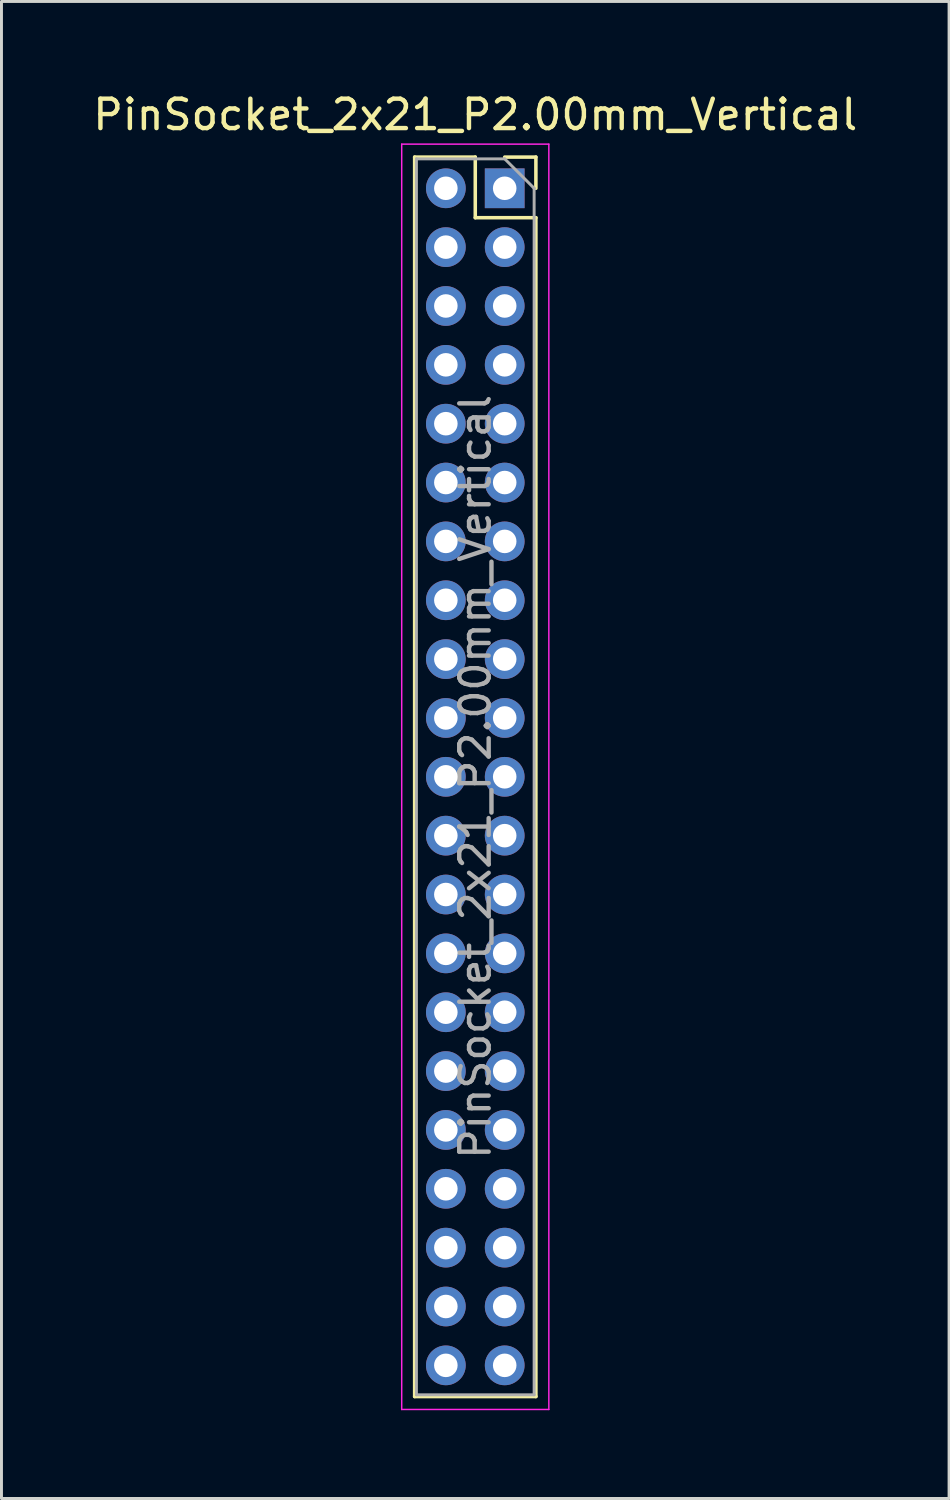
<source format=kicad_pcb>
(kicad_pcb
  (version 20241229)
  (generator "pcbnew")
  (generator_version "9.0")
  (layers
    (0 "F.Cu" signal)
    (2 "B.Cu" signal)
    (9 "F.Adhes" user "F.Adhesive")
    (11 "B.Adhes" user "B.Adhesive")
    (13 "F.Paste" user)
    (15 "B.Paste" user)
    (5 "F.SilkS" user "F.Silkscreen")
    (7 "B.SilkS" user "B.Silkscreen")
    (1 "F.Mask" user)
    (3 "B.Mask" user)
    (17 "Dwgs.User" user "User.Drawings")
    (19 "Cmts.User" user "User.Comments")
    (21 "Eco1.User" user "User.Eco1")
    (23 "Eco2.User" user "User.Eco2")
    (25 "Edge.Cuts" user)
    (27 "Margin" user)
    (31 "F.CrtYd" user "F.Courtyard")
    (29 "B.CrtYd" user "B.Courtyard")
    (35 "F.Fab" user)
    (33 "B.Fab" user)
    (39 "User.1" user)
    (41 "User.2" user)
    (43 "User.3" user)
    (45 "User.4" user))
  (footprint "PinSocket_2x21_P2.00mm_Vertical"
    (layer "F.Cu")
    (at 14.101 3.348)
    (property "Reference" "PinSocket_2x21_P2.00mm_Vertical" (at -1 -2.5 0) (layer "F.SilkS") (effects (font (size 1 1) (thickness 0.15))))
    (attr through_hole)
    (fp_line (start -3.06 -1.06) (end -3.06 41.06) (stroke (width 0.12) (type solid)) (layer "F.SilkS"))
    (fp_line (start -3.06 -1.06) (end -1 -1.06) (stroke (width 0.12) (type solid)) (layer "F.SilkS"))
    (fp_line (start -3.06 41.06) (end 1.06 41.06) (stroke (width 0.12) (type solid)) (layer "F.SilkS"))
    (fp_line (start -1 -1.06) (end -1 1) (stroke (width 0.12) (type solid)) (layer "F.SilkS"))
    (fp_line (start -1 1) (end 1.06 1) (stroke (width 0.12) (type solid)) (layer "F.SilkS"))
    (fp_line (start 0 -1.06) (end 1.06 -1.06) (stroke (width 0.12) (type solid)) (layer "F.SilkS"))
    (fp_line (start 1.06 -1.06) (end 1.06 0) (stroke (width 0.12) (type solid)) (layer "F.SilkS"))
    (fp_line (start 1.06 1) (end 1.06 41.06) (stroke (width 0.12) (type solid)) (layer "F.SilkS"))
    (fp_line (start -3.5 -1.5) (end 1.5 -1.5) (stroke (width 0.05) (type solid)) (layer "F.CrtYd"))
    (fp_line (start -3.5 41.5) (end -3.5 -1.5) (stroke (width 0.05) (type solid)) (layer "F.CrtYd"))
    (fp_line (start 1.5 -1.5) (end 1.5 41.5) (stroke (width 0.05) (type solid)) (layer "F.CrtYd"))
    (fp_line (start 1.5 41.5) (end -3.5 41.5) (stroke (width 0.05) (type solid)) (layer "F.CrtYd"))
    (fp_line (start -3 -1) (end 0 -1) (stroke (width 0.1) (type solid)) (layer "F.Fab"))
    (fp_line (start -3 41) (end -3 -1) (stroke (width 0.1) (type solid)) (layer "F.Fab"))
    (fp_line (start 0 -1) (end 1 0) (stroke (width 0.1) (type solid)) (layer "F.Fab"))
    (fp_line (start 1 0) (end 1 41) (stroke (width 0.1) (type solid)) (layer "F.Fab"))
    (fp_line (start 1 41) (end -3 41) (stroke (width 0.1) (type solid)) (layer "F.Fab"))
    (fp_text user "${REFERENCE}" (at -1 20 90) (layer "F.Fab") (effects (font (size 1 1) (thickness 0.15))))
    (pad "1" thru_hole rect (at 0 0) (size 1.35 1.35) (drill 0.8) (layers "*.Cu" "*.Mask"))
    (pad "2" thru_hole oval (at -2 0) (size 1.35 1.35) (drill 0.8) (layers "*.Cu" "*.Mask"))
    (pad "3" thru_hole oval (at 0 2) (size 1.35 1.35) (drill 0.8) (layers "*.Cu" "*.Mask"))
    (pad "4" thru_hole oval (at -2 2) (size 1.35 1.35) (drill 0.8) (layers "*.Cu" "*.Mask"))
    (pad "5" thru_hole oval (at 0 4) (size 1.35 1.35) (drill 0.8) (layers "*.Cu" "*.Mask"))
    (pad "6" thru_hole oval (at -2 4) (size 1.35 1.35) (drill 0.8) (layers "*.Cu" "*.Mask"))
    (pad "7" thru_hole oval (at 0 6) (size 1.35 1.35) (drill 0.8) (layers "*.Cu" "*.Mask"))
    (pad "8" thru_hole oval (at -2 6) (size 1.35 1.35) (drill 0.8) (layers "*.Cu" "*.Mask"))
    (pad "9" thru_hole oval (at 0 8) (size 1.35 1.35) (drill 0.8) (layers "*.Cu" "*.Mask"))
    (pad "10" thru_hole oval (at -2 8) (size 1.35 1.35) (drill 0.8) (layers "*.Cu" "*.Mask"))
    (pad "11" thru_hole oval (at 0 10) (size 1.35 1.35) (drill 0.8) (layers "*.Cu" "*.Mask"))
    (pad "12" thru_hole oval (at -2 10) (size 1.35 1.35) (drill 0.8) (layers "*.Cu" "*.Mask"))
    (pad "13" thru_hole oval (at 0 12) (size 1.35 1.35) (drill 0.8) (layers "*.Cu" "*.Mask"))
    (pad "14" thru_hole oval (at -2 12) (size 1.35 1.35) (drill 0.8) (layers "*.Cu" "*.Mask"))
    (pad "15" thru_hole oval (at 0 14) (size 1.35 1.35) (drill 0.8) (layers "*.Cu" "*.Mask"))
    (pad "16" thru_hole oval (at -2 14) (size 1.35 1.35) (drill 0.8) (layers "*.Cu" "*.Mask"))
    (pad "17" thru_hole oval (at 0 16) (size 1.35 1.35) (drill 0.8) (layers "*.Cu" "*.Mask"))
    (pad "18" thru_hole oval (at -2 16) (size 1.35 1.35) (drill 0.8) (layers "*.Cu" "*.Mask"))
    (pad "19" thru_hole oval (at 0 18) (size 1.35 1.35) (drill 0.8) (layers "*.Cu" "*.Mask"))
    (pad "20" thru_hole oval (at -2 18) (size 1.35 1.35) (drill 0.8) (layers "*.Cu" "*.Mask"))
    (pad "21" thru_hole oval (at 0 20) (size 1.35 1.35) (drill 0.8) (layers "*.Cu" "*.Mask"))
    (pad "22" thru_hole oval (at -2 20) (size 1.35 1.35) (drill 0.8) (layers "*.Cu" "*.Mask"))
    (pad "23" thru_hole oval (at 0 22) (size 1.35 1.35) (drill 0.8) (layers "*.Cu" "*.Mask"))
    (pad "24" thru_hole oval (at -2 22) (size 1.35 1.35) (drill 0.8) (layers "*.Cu" "*.Mask"))
    (pad "25" thru_hole oval (at 0 24) (size 1.35 1.35) (drill 0.8) (layers "*.Cu" "*.Mask"))
    (pad "26" thru_hole oval (at -2 24) (size 1.35 1.35) (drill 0.8) (layers "*.Cu" "*.Mask"))
    (pad "27" thru_hole oval (at 0 26) (size 1.35 1.35) (drill 0.8) (layers "*.Cu" "*.Mask"))
    (pad "28" thru_hole oval (at -2 26) (size 1.35 1.35) (drill 0.8) (layers "*.Cu" "*.Mask"))
    (pad "29" thru_hole oval (at 0 28) (size 1.35 1.35) (drill 0.8) (layers "*.Cu" "*.Mask"))
    (pad "30" thru_hole oval (at -2 28) (size 1.35 1.35) (drill 0.8) (layers "*.Cu" "*.Mask"))
    (pad "31" thru_hole oval (at 0 30) (size 1.35 1.35) (drill 0.8) (layers "*.Cu" "*.Mask"))
    (pad "32" thru_hole oval (at -2 30) (size 1.35 1.35) (drill 0.8) (layers "*.Cu" "*.Mask"))
    (pad "33" thru_hole oval (at 0 32) (size 1.35 1.35) (drill 0.8) (layers "*.Cu" "*.Mask"))
    (pad "34" thru_hole oval (at -2 32) (size 1.35 1.35) (drill 0.8) (layers "*.Cu" "*.Mask"))
    (pad "35" thru_hole oval (at 0 34) (size 1.35 1.35) (drill 0.8) (layers "*.Cu" "*.Mask"))
    (pad "36" thru_hole oval (at -2 34) (size 1.35 1.35) (drill 0.8) (layers "*.Cu" "*.Mask"))
    (pad "37" thru_hole oval (at 0 36) (size 1.35 1.35) (drill 0.8) (layers "*.Cu" "*.Mask"))
    (pad "38" thru_hole oval (at -2 36) (size 1.35 1.35) (drill 0.8) (layers "*.Cu" "*.Mask"))
    (pad "39" thru_hole oval (at 0 38) (size 1.35 1.35) (drill 0.8) (layers "*.Cu" "*.Mask"))
    (pad "40" thru_hole oval (at -2 38) (size 1.35 1.35) (drill 0.8) (layers "*.Cu" "*.Mask"))
    (pad "41" thru_hole oval (at 0 40) (size 1.35 1.35) (drill 0.8) (layers "*.Cu" "*.Mask"))
    (pad "42" thru_hole oval (at -2 40) (size 1.35 1.35) (drill 0.8) (layers "*.Cu" "*.Mask")))
  (gr_rect
    (start -3 -3)
    (end 29.202 47.873)
    (stroke (width 0.1) (type default))
    (fill no)
    (layer "Edge.Cuts")))
</source>
